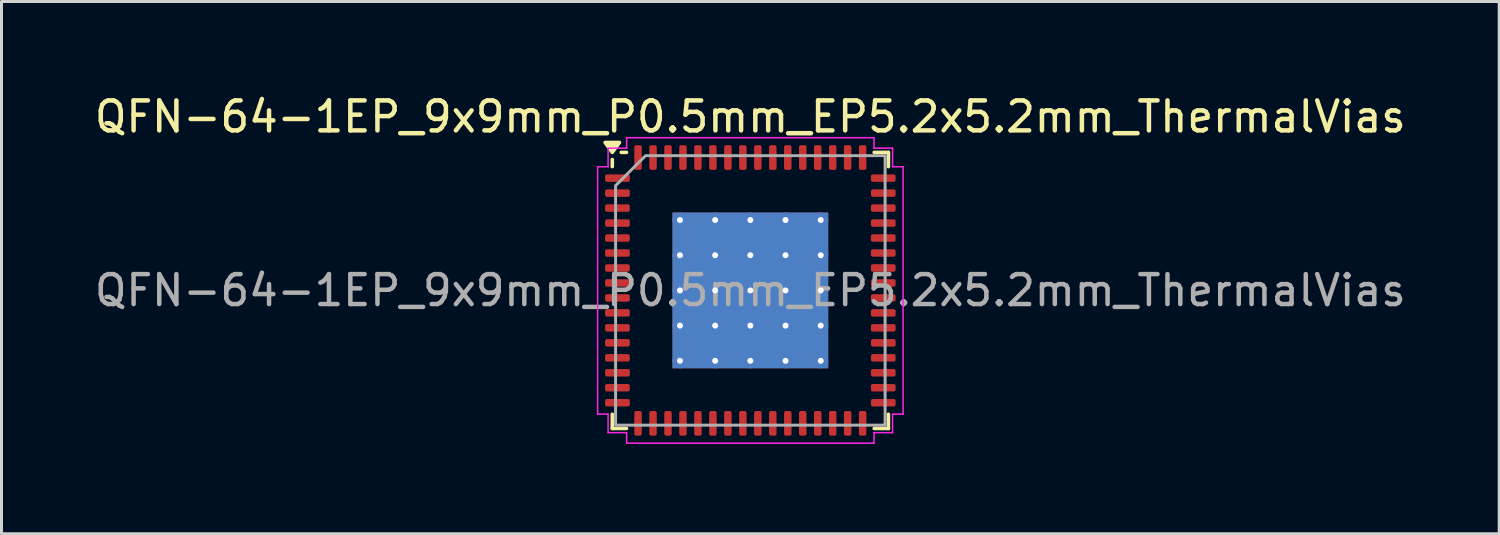
<source format=kicad_pcb>
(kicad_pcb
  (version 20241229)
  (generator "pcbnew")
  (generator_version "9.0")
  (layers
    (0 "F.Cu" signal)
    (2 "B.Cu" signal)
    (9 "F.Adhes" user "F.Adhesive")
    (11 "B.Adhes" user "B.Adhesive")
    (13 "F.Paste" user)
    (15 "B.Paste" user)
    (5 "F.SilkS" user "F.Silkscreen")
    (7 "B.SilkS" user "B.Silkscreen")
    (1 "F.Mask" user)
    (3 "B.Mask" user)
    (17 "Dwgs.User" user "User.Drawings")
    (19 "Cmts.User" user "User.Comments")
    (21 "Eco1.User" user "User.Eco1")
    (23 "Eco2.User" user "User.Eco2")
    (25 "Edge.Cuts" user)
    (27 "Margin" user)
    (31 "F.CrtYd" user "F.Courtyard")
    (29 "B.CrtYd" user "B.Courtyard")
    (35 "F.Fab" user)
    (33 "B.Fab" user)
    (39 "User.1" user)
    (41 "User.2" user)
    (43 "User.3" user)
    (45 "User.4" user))
  (footprint "QFN-64-1EP_9x9mm_P0.5mm_EP5.2x5.2mm_ThermalVias"
    (layer "F.Cu")
    (at 22.006 6.648)
    (property "Reference" "QFN-64-1EP_9x9mm_P0.5mm_EP5.2x5.2mm_ThermalVias" (at 0 -5.8 0) (layer "F.SilkS") (effects (font (size 1 1) (thickness 0.15))))
    (attr smd)
    (fp_line (start -4.61 -4.135) (end -4.61 -4.37) (stroke (width 0.12) (type solid)) (layer "F.SilkS"))
    (fp_line (start -4.61 4.61) (end -4.61 4.135) (stroke (width 0.12) (type solid)) (layer "F.SilkS"))
    (fp_line (start -4.135 -4.61) (end -4.31 -4.61) (stroke (width 0.12) (type solid)) (layer "F.SilkS"))
    (fp_line (start -4.135 4.61) (end -4.61 4.61) (stroke (width 0.12) (type solid)) (layer "F.SilkS"))
    (fp_line (start 4.135 -4.61) (end 4.61 -4.61) (stroke (width 0.12) (type solid)) (layer "F.SilkS"))
    (fp_line (start 4.135 4.61) (end 4.61 4.61) (stroke (width 0.12) (type solid)) (layer "F.SilkS"))
    (fp_line (start 4.61 -4.61) (end 4.61 -4.135) (stroke (width 0.12) (type solid)) (layer "F.SilkS"))
    (fp_line (start 4.61 4.61) (end 4.61 4.135) (stroke (width 0.12) (type solid)) (layer "F.SilkS"))
    (fp_poly (pts (xy -4.61 -4.61) (xy -4.85 -4.94) (xy -4.37 -4.94)) (stroke (width 0.12) (type solid)) (fill yes) (layer "F.SilkS"))
    (fp_line (start -5.1 -4.13) (end -4.75 -4.13) (stroke (width 0.05) (type solid)) (layer "F.CrtYd"))
    (fp_line (start -5.1 4.13) (end -5.1 -4.13) (stroke (width 0.05) (type solid)) (layer "F.CrtYd"))
    (fp_line (start -4.75 -4.75) (end -4.13 -4.75) (stroke (width 0.05) (type solid)) (layer "F.CrtYd"))
    (fp_line (start -4.75 -4.13) (end -4.75 -4.75) (stroke (width 0.05) (type solid)) (layer "F.CrtYd"))
    (fp_line (start -4.75 4.13) (end -5.1 4.13) (stroke (width 0.05) (type solid)) (layer "F.CrtYd"))
    (fp_line (start -4.75 4.75) (end -4.75 4.13) (stroke (width 0.05) (type solid)) (layer "F.CrtYd"))
    (fp_line (start -4.13 -5.1) (end 4.13 -5.1) (stroke (width 0.05) (type solid)) (layer "F.CrtYd"))
    (fp_line (start -4.13 -4.75) (end -4.13 -5.1) (stroke (width 0.05) (type solid)) (layer "F.CrtYd"))
    (fp_line (start -4.13 4.75) (end -4.75 4.75) (stroke (width 0.05) (type solid)) (layer "F.CrtYd"))
    (fp_line (start -4.13 5.1) (end -4.13 4.75) (stroke (width 0.05) (type solid)) (layer "F.CrtYd"))
    (fp_line (start 4.13 -5.1) (end 4.13 -4.75) (stroke (width 0.05) (type solid)) (layer "F.CrtYd"))
    (fp_line (start 4.13 -4.75) (end 4.75 -4.75) (stroke (width 0.05) (type solid)) (layer "F.CrtYd"))
    (fp_line (start 4.13 4.75) (end 4.13 5.1) (stroke (width 0.05) (type solid)) (layer "F.CrtYd"))
    (fp_line (start 4.13 5.1) (end -4.13 5.1) (stroke (width 0.05) (type solid)) (layer "F.CrtYd"))
    (fp_line (start 4.75 -4.75) (end 4.75 -4.13) (stroke (width 0.05) (type solid)) (layer "F.CrtYd"))
    (fp_line (start 4.75 -4.13) (end 5.1 -4.13) (stroke (width 0.05) (type solid)) (layer "F.CrtYd"))
    (fp_line (start 4.75 4.13) (end 4.75 4.75) (stroke (width 0.05) (type solid)) (layer "F.CrtYd"))
    (fp_line (start 4.75 4.75) (end 4.13 4.75) (stroke (width 0.05) (type solid)) (layer "F.CrtYd"))
    (fp_line (start 5.1 -4.13) (end 5.1 4.13) (stroke (width 0.05) (type solid)) (layer "F.CrtYd"))
    (fp_line (start 5.1 4.13) (end 4.75 4.13) (stroke (width 0.05) (type solid)) (layer "F.CrtYd"))
    (fp_poly (pts (xy -4.5 -3.5) (xy -4.5 4.5) (xy 4.5 4.5) (xy 4.5 -4.5) (xy -3.5 -4.5)) (stroke (width 0.1) (type solid)) (fill no) (layer "F.Fab"))
    (fp_text user "${REFERENCE}" (at 0 0 0) (layer "F.Fab") (effects (font (size 1 1) (thickness 0.15))))
    (pad "" smd roundrect (at -1.95 -1.95) (size 1.01 1.01) (layers "F.Paste") (roundrect_rratio 0.248))
    (pad "" smd roundrect (at -1.95 -0.65) (size 1.01 1.01) (layers "F.Paste") (roundrect_rratio 0.248))
    (pad "" smd roundrect (at -1.95 0.65) (size 1.01 1.01) (layers "F.Paste") (roundrect_rratio 0.248))
    (pad "" smd roundrect (at -1.95 1.95) (size 1.01 1.01) (layers "F.Paste") (roundrect_rratio 0.248))
    (pad "" smd roundrect (at -0.65 -1.95) (size 1.01 1.01) (layers "F.Paste") (roundrect_rratio 0.248))
    (pad "" smd roundrect (at -0.65 -0.65) (size 1.01 1.01) (layers "F.Paste") (roundrect_rratio 0.248))
    (pad "" smd roundrect (at -0.65 0.65) (size 1.01 1.01) (layers "F.Paste") (roundrect_rratio 0.248))
    (pad "" smd roundrect (at -0.65 1.95) (size 1.01 1.01) (layers "F.Paste") (roundrect_rratio 0.248))
    (pad "" smd roundrect (at 0.65 -1.95) (size 1.01 1.01) (layers "F.Paste") (roundrect_rratio 0.248))
    (pad "" smd roundrect (at 0.65 -0.65) (size 1.01 1.01) (layers "F.Paste") (roundrect_rratio 0.248))
    (pad "" smd roundrect (at 0.65 0.65) (size 1.01 1.01) (layers "F.Paste") (roundrect_rratio 0.248))
    (pad "" smd roundrect (at 0.65 1.95) (size 1.01 1.01) (layers "F.Paste") (roundrect_rratio 0.248))
    (pad "" smd roundrect (at 1.95 -1.95) (size 1.01 1.01) (layers "F.Paste") (roundrect_rratio 0.248))
    (pad "" smd roundrect (at 1.95 -0.65) (size 1.01 1.01) (layers "F.Paste") (roundrect_rratio 0.248))
    (pad "" smd roundrect (at 1.95 0.65) (size 1.01 1.01) (layers "F.Paste") (roundrect_rratio 0.248))
    (pad "" smd roundrect (at 1.95 1.95) (size 1.01 1.01) (layers "F.Paste") (roundrect_rratio 0.248))
    (pad "1" smd roundrect (at -4.438 -3.75) (size 0.825 0.25) (layers "F.Cu" "F.Mask" "F.Paste") (roundrect_rratio 0.25))
    (pad "2" smd roundrect (at -4.438 -3.25) (size 0.825 0.25) (layers "F.Cu" "F.Mask" "F.Paste") (roundrect_rratio 0.25))
    (pad "3" smd roundrect (at -4.438 -2.75) (size 0.825 0.25) (layers "F.Cu" "F.Mask" "F.Paste") (roundrect_rratio 0.25))
    (pad "4" smd roundrect (at -4.438 -2.25) (size 0.825 0.25) (layers "F.Cu" "F.Mask" "F.Paste") (roundrect_rratio 0.25))
    (pad "5" smd roundrect (at -4.438 -1.75) (size 0.825 0.25) (layers "F.Cu" "F.Mask" "F.Paste") (roundrect_rratio 0.25))
    (pad "6" smd roundrect (at -4.438 -1.25) (size 0.825 0.25) (layers "F.Cu" "F.Mask" "F.Paste") (roundrect_rratio 0.25))
    (pad "7" smd roundrect (at -4.438 -0.75) (size 0.825 0.25) (layers "F.Cu" "F.Mask" "F.Paste") (roundrect_rratio 0.25))
    (pad "8" smd roundrect (at -4.438 -0.25) (size 0.825 0.25) (layers "F.Cu" "F.Mask" "F.Paste") (roundrect_rratio 0.25))
    (pad "9" smd roundrect (at -4.438 0.25) (size 0.825 0.25) (layers "F.Cu" "F.Mask" "F.Paste") (roundrect_rratio 0.25))
    (pad "10" smd roundrect (at -4.438 0.75) (size 0.825 0.25) (layers "F.Cu" "F.Mask" "F.Paste") (roundrect_rratio 0.25))
    (pad "11" smd roundrect (at -4.438 1.25) (size 0.825 0.25) (layers "F.Cu" "F.Mask" "F.Paste") (roundrect_rratio 0.25))
    (pad "12" smd roundrect (at -4.438 1.75) (size 0.825 0.25) (layers "F.Cu" "F.Mask" "F.Paste") (roundrect_rratio 0.25))
    (pad "13" smd roundrect (at -4.438 2.25) (size 0.825 0.25) (layers "F.Cu" "F.Mask" "F.Paste") (roundrect_rratio 0.25))
    (pad "14" smd roundrect (at -4.438 2.75) (size 0.825 0.25) (layers "F.Cu" "F.Mask" "F.Paste") (roundrect_rratio 0.25))
    (pad "15" smd roundrect (at -4.438 3.25) (size 0.825 0.25) (layers "F.Cu" "F.Mask" "F.Paste") (roundrect_rratio 0.25))
    (pad "16" smd roundrect (at -4.438 3.75) (size 0.825 0.25) (layers "F.Cu" "F.Mask" "F.Paste") (roundrect_rratio 0.25))
    (pad "17" smd roundrect (at -3.75 4.438) (size 0.25 0.825) (layers "F.Cu" "F.Mask" "F.Paste") (roundrect_rratio 0.25))
    (pad "18" smd roundrect (at -3.25 4.438) (size 0.25 0.825) (layers "F.Cu" "F.Mask" "F.Paste") (roundrect_rratio 0.25))
    (pad "19" smd roundrect (at -2.75 4.438) (size 0.25 0.825) (layers "F.Cu" "F.Mask" "F.Paste") (roundrect_rratio 0.25))
    (pad "20" smd roundrect (at -2.25 4.438) (size 0.25 0.825) (layers "F.Cu" "F.Mask" "F.Paste") (roundrect_rratio 0.25))
    (pad "21" smd roundrect (at -1.75 4.438) (size 0.25 0.825) (layers "F.Cu" "F.Mask" "F.Paste") (roundrect_rratio 0.25))
    (pad "22" smd roundrect (at -1.25 4.438) (size 0.25 0.825) (layers "F.Cu" "F.Mask" "F.Paste") (roundrect_rratio 0.25))
    (pad "23" smd roundrect (at -0.75 4.438) (size 0.25 0.825) (layers "F.Cu" "F.Mask" "F.Paste") (roundrect_rratio 0.25))
    (pad "24" smd roundrect (at -0.25 4.438) (size 0.25 0.825) (layers "F.Cu" "F.Mask" "F.Paste") (roundrect_rratio 0.25))
    (pad "25" smd roundrect (at 0.25 4.438) (size 0.25 0.825) (layers "F.Cu" "F.Mask" "F.Paste") (roundrect_rratio 0.25))
    (pad "26" smd roundrect (at 0.75 4.438) (size 0.25 0.825) (layers "F.Cu" "F.Mask" "F.Paste") (roundrect_rratio 0.25))
    (pad "27" smd roundrect (at 1.25 4.438) (size 0.25 0.825) (layers "F.Cu" "F.Mask" "F.Paste") (roundrect_rratio 0.25))
    (pad "28" smd roundrect (at 1.75 4.438) (size 0.25 0.825) (layers "F.Cu" "F.Mask" "F.Paste") (roundrect_rratio 0.25))
    (pad "29" smd roundrect (at 2.25 4.438) (size 0.25 0.825) (layers "F.Cu" "F.Mask" "F.Paste") (roundrect_rratio 0.25))
    (pad "30" smd roundrect (at 2.75 4.438) (size 0.25 0.825) (layers "F.Cu" "F.Mask" "F.Paste") (roundrect_rratio 0.25))
    (pad "31" smd roundrect (at 3.25 4.438) (size 0.25 0.825) (layers "F.Cu" "F.Mask" "F.Paste") (roundrect_rratio 0.25))
    (pad "32" smd roundrect (at 3.75 4.438) (size 0.25 0.825) (layers "F.Cu" "F.Mask" "F.Paste") (roundrect_rratio 0.25))
    (pad "33" smd roundrect (at 4.438 3.75) (size 0.825 0.25) (layers "F.Cu" "F.Mask" "F.Paste") (roundrect_rratio 0.25))
    (pad "34" smd roundrect (at 4.438 3.25) (size 0.825 0.25) (layers "F.Cu" "F.Mask" "F.Paste") (roundrect_rratio 0.25))
    (pad "35" smd roundrect (at 4.438 2.75) (size 0.825 0.25) (layers "F.Cu" "F.Mask" "F.Paste") (roundrect_rratio 0.25))
    (pad "36" smd roundrect (at 4.438 2.25) (size 0.825 0.25) (layers "F.Cu" "F.Mask" "F.Paste") (roundrect_rratio 0.25))
    (pad "37" smd roundrect (at 4.438 1.75) (size 0.825 0.25) (layers "F.Cu" "F.Mask" "F.Paste") (roundrect_rratio 0.25))
    (pad "38" smd roundrect (at 4.438 1.25) (size 0.825 0.25) (layers "F.Cu" "F.Mask" "F.Paste") (roundrect_rratio 0.25))
    (pad "39" smd roundrect (at 4.438 0.75) (size 0.825 0.25) (layers "F.Cu" "F.Mask" "F.Paste") (roundrect_rratio 0.25))
    (pad "40" smd roundrect (at 4.438 0.25) (size 0.825 0.25) (layers "F.Cu" "F.Mask" "F.Paste") (roundrect_rratio 0.25))
    (pad "41" smd roundrect (at 4.438 -0.25) (size 0.825 0.25) (layers "F.Cu" "F.Mask" "F.Paste") (roundrect_rratio 0.25))
    (pad "42" smd roundrect (at 4.438 -0.75) (size 0.825 0.25) (layers "F.Cu" "F.Mask" "F.Paste") (roundrect_rratio 0.25))
    (pad "43" smd roundrect (at 4.438 -1.25) (size 0.825 0.25) (layers "F.Cu" "F.Mask" "F.Paste") (roundrect_rratio 0.25))
    (pad "44" smd roundrect (at 4.438 -1.75) (size 0.825 0.25) (layers "F.Cu" "F.Mask" "F.Paste") (roundrect_rratio 0.25))
    (pad "45" smd roundrect (at 4.438 -2.25) (size 0.825 0.25) (layers "F.Cu" "F.Mask" "F.Paste") (roundrect_rratio 0.25))
    (pad "46" smd roundrect (at 4.438 -2.75) (size 0.825 0.25) (layers "F.Cu" "F.Mask" "F.Paste") (roundrect_rratio 0.25))
    (pad "47" smd roundrect (at 4.438 -3.25) (size 0.825 0.25) (layers "F.Cu" "F.Mask" "F.Paste") (roundrect_rratio 0.25))
    (pad "48" smd roundrect (at 4.438 -3.75) (size 0.825 0.25) (layers "F.Cu" "F.Mask" "F.Paste") (roundrect_rratio 0.25))
    (pad "49" smd roundrect (at 3.75 -4.438) (size 0.25 0.825) (layers "F.Cu" "F.Mask" "F.Paste") (roundrect_rratio 0.25))
    (pad "50" smd roundrect (at 3.25 -4.438) (size 0.25 0.825) (layers "F.Cu" "F.Mask" "F.Paste") (roundrect_rratio 0.25))
    (pad "51" smd roundrect (at 2.75 -4.438) (size 0.25 0.825) (layers "F.Cu" "F.Mask" "F.Paste") (roundrect_rratio 0.25))
    (pad "52" smd roundrect (at 2.25 -4.438) (size 0.25 0.825) (layers "F.Cu" "F.Mask" "F.Paste") (roundrect_rratio 0.25))
    (pad "53" smd roundrect (at 1.75 -4.438) (size 0.25 0.825) (layers "F.Cu" "F.Mask" "F.Paste") (roundrect_rratio 0.25))
    (pad "54" smd roundrect (at 1.25 -4.438) (size 0.25 0.825) (layers "F.Cu" "F.Mask" "F.Paste") (roundrect_rratio 0.25))
    (pad "55" smd roundrect (at 0.75 -4.438) (size 0.25 0.825) (layers "F.Cu" "F.Mask" "F.Paste") (roundrect_rratio 0.25))
    (pad "56" smd roundrect (at 0.25 -4.438) (size 0.25 0.825) (layers "F.Cu" "F.Mask" "F.Paste") (roundrect_rratio 0.25))
    (pad "57" smd roundrect (at -0.25 -4.438) (size 0.25 0.825) (layers "F.Cu" "F.Mask" "F.Paste") (roundrect_rratio 0.25))
    (pad "58" smd roundrect (at -0.75 -4.438) (size 0.25 0.825) (layers "F.Cu" "F.Mask" "F.Paste") (roundrect_rratio 0.25))
    (pad "59" smd roundrect (at -1.25 -4.438) (size 0.25 0.825) (layers "F.Cu" "F.Mask" "F.Paste") (roundrect_rratio 0.25))
    (pad "60" smd roundrect (at -1.75 -4.438) (size 0.25 0.825) (layers "F.Cu" "F.Mask" "F.Paste") (roundrect_rratio 0.25))
    (pad "61" smd roundrect (at -2.25 -4.438) (size 0.25 0.825) (layers "F.Cu" "F.Mask" "F.Paste") (roundrect_rratio 0.25))
    (pad "62" smd roundrect (at -2.75 -4.438) (size 0.25 0.825) (layers "F.Cu" "F.Mask" "F.Paste") (roundrect_rratio 0.25))
    (pad "63" smd roundrect (at -3.25 -4.438) (size 0.25 0.825) (layers "F.Cu" "F.Mask" "F.Paste") (roundrect_rratio 0.25))
    (pad "64" smd roundrect (at -3.75 -4.438) (size 0.25 0.825) (layers "F.Cu" "F.Mask" "F.Paste") (roundrect_rratio 0.25))
    (pad "65" thru_hole circle (at -2.35 -2.35) (size 0.5 0.5) (drill 0.2) (property pad_prop_heatsink) (layers "*.Cu"))
    (pad "65" thru_hole circle (at -2.35 -1.175) (size 0.5 0.5) (drill 0.2) (property pad_prop_heatsink) (layers "*.Cu"))
    (pad "65" thru_hole circle (at -2.35 0) (size 0.5 0.5) (drill 0.2) (property pad_prop_heatsink) (layers "*.Cu"))
    (pad "65" thru_hole circle (at -2.35 1.175) (size 0.5 0.5) (drill 0.2) (property pad_prop_heatsink) (layers "*.Cu"))
    (pad "65" thru_hole circle (at -2.35 2.35) (size 0.5 0.5) (drill 0.2) (property pad_prop_heatsink) (layers "*.Cu"))
    (pad "65" thru_hole circle (at -1.175 -2.35) (size 0.5 0.5) (drill 0.2) (property pad_prop_heatsink) (layers "*.Cu"))
    (pad "65" thru_hole circle (at -1.175 -1.175) (size 0.5 0.5) (drill 0.2) (property pad_prop_heatsink) (layers "*.Cu"))
    (pad "65" thru_hole circle (at -1.175 0) (size 0.5 0.5) (drill 0.2) (property pad_prop_heatsink) (layers "*.Cu"))
    (pad "65" thru_hole circle (at -1.175 1.175) (size 0.5 0.5) (drill 0.2) (property pad_prop_heatsink) (layers "*.Cu"))
    (pad "65" thru_hole circle (at -1.175 2.35) (size 0.5 0.5) (drill 0.2) (property pad_prop_heatsink) (layers "*.Cu"))
    (pad "65" thru_hole circle (at 0 -2.35) (size 0.5 0.5) (drill 0.2) (property pad_prop_heatsink) (layers "*.Cu"))
    (pad "65" thru_hole circle (at 0 -1.175) (size 0.5 0.5) (drill 0.2) (property pad_prop_heatsink) (layers "*.Cu"))
    (pad "65" thru_hole circle (at 0 0) (size 0.5 0.5) (drill 0.2) (property pad_prop_heatsink) (layers "*.Cu"))
    (pad "65" smd rect (at 0 0) (size 5.2 5.2) (property pad_prop_heatsink) (layers "F.Cu" "F.Mask"))
    (pad "65" smd rect (at 0 0) (size 5.2 5.2) (property pad_prop_heatsink) (layers "B.Cu"))
    (pad "65" thru_hole circle (at 0 1.175) (size 0.5 0.5) (drill 0.2) (property pad_prop_heatsink) (layers "*.Cu"))
    (pad "65" thru_hole circle (at 0 2.35) (size 0.5 0.5) (drill 0.2) (property pad_prop_heatsink) (layers "*.Cu"))
    (pad "65" thru_hole circle (at 1.175 -2.35) (size 0.5 0.5) (drill 0.2) (property pad_prop_heatsink) (layers "*.Cu"))
    (pad "65" thru_hole circle (at 1.175 -1.175) (size 0.5 0.5) (drill 0.2) (property pad_prop_heatsink) (layers "*.Cu"))
    (pad "65" thru_hole circle (at 1.175 0) (size 0.5 0.5) (drill 0.2) (property pad_prop_heatsink) (layers "*.Cu"))
    (pad "65" thru_hole circle (at 1.175 1.175) (size 0.5 0.5) (drill 0.2) (property pad_prop_heatsink) (layers "*.Cu"))
    (pad "65" thru_hole circle (at 1.175 2.35) (size 0.5 0.5) (drill 0.2) (property pad_prop_heatsink) (layers "*.Cu"))
    (pad "65" thru_hole circle (at 2.35 -2.35) (size 0.5 0.5) (drill 0.2) (property pad_prop_heatsink) (layers "*.Cu"))
    (pad "65" thru_hole circle (at 2.35 -1.175) (size 0.5 0.5) (drill 0.2) (property pad_prop_heatsink) (layers "*.Cu"))
    (pad "65" thru_hole circle (at 2.35 0) (size 0.5 0.5) (drill 0.2) (property pad_prop_heatsink) (layers "*.Cu"))
    (pad "65" thru_hole circle (at 2.35 1.175) (size 0.5 0.5) (drill 0.2) (property pad_prop_heatsink) (layers "*.Cu"))
    (pad "65" thru_hole circle (at 2.35 2.35) (size 0.5 0.5) (drill 0.2) (property pad_prop_heatsink) (layers "*.Cu")))
  (gr_rect
    (start -3 -3)
    (end 47.012 14.773)
    (stroke (width 0.1) (type default))
    (fill no)
    (layer "Edge.Cuts")))
</source>
